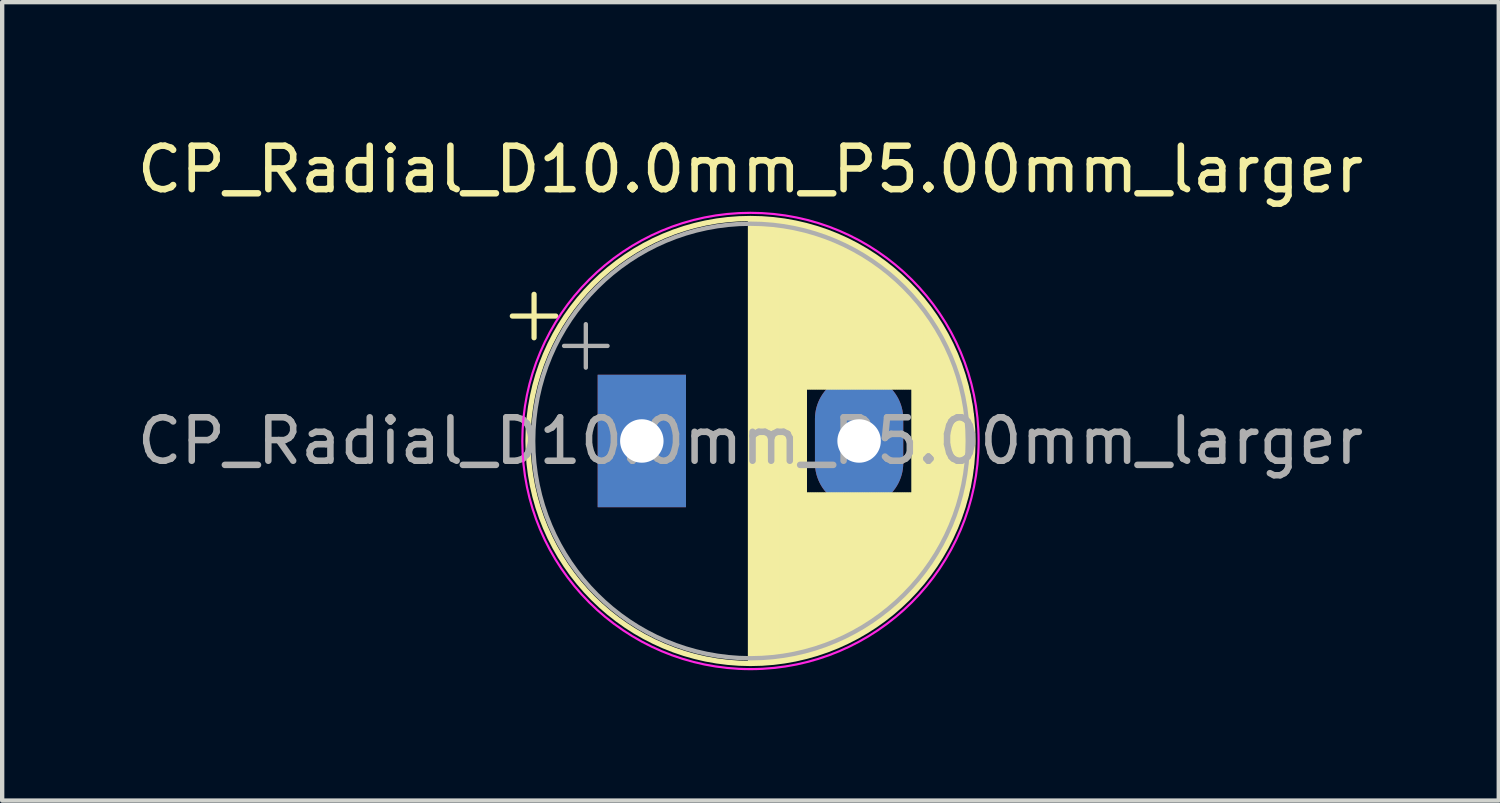
<source format=kicad_pcb>
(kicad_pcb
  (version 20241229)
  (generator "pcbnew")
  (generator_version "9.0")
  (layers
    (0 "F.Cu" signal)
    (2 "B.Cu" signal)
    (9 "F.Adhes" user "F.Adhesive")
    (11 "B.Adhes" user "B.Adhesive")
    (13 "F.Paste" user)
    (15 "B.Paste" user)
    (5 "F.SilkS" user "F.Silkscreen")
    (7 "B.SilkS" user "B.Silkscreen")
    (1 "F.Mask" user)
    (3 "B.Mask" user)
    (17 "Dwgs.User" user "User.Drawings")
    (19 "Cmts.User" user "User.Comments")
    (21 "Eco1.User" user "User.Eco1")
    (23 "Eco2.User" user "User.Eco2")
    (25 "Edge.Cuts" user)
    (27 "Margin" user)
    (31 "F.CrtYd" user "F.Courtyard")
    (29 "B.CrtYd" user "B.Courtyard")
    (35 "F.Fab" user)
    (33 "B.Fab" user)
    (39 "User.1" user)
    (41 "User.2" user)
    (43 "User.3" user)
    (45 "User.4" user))
  (footprint "CP_Radial_D10.0mm_P5.00mm_larger"
    (layer "F.Cu")
    (at 11.72 7.098)
    (property "Reference" "CP_Radial_D10.0mm_P5.00mm_larger" (at 2.5 -6.25 0) (layer "F.SilkS") (effects (font (size 1 1) (thickness 0.15))))
    (attr through_hole)
    (fp_line (start -2.98 -2.875) (end -1.98 -2.875) (stroke (width 0.12) (type solid)) (layer "F.SilkS"))
    (fp_line (start -2.48 -3.375) (end -2.48 -2.375) (stroke (width 0.12) (type solid)) (layer "F.SilkS"))
    (fp_line (start 2.5 -5.08) (end 2.5 5.08) (stroke (width 0.12) (type solid)) (layer "F.SilkS"))
    (fp_line (start 2.54 -5.08) (end 2.54 5.08) (stroke (width 0.12) (type solid)) (layer "F.SilkS"))
    (fp_line (start 2.58 -5.08) (end 2.58 5.08) (stroke (width 0.12) (type solid)) (layer "F.SilkS"))
    (fp_line (start 2.62 -5.079) (end 2.62 5.079) (stroke (width 0.12) (type solid)) (layer "F.SilkS"))
    (fp_line (start 2.66 -5.078) (end 2.66 5.078) (stroke (width 0.12) (type solid)) (layer "F.SilkS"))
    (fp_line (start 2.7 -5.077) (end 2.7 5.077) (stroke (width 0.12) (type solid)) (layer "F.SilkS"))
    (fp_line (start 2.74 -5.075) (end 2.74 5.075) (stroke (width 0.12) (type solid)) (layer "F.SilkS"))
    (fp_line (start 2.78 -5.073) (end 2.78 5.073) (stroke (width 0.12) (type solid)) (layer "F.SilkS"))
    (fp_line (start 2.82 -5.07) (end 2.82 5.07) (stroke (width 0.12) (type solid)) (layer "F.SilkS"))
    (fp_line (start 2.86 -5.068) (end 2.86 5.068) (stroke (width 0.12) (type solid)) (layer "F.SilkS"))
    (fp_line (start 2.9 -5.065) (end 2.9 5.065) (stroke (width 0.12) (type solid)) (layer "F.SilkS"))
    (fp_line (start 2.94 -5.062) (end 2.94 5.062) (stroke (width 0.12) (type solid)) (layer "F.SilkS"))
    (fp_line (start 2.98 -5.058) (end 2.98 5.058) (stroke (width 0.12) (type solid)) (layer "F.SilkS"))
    (fp_line (start 3.02 -5.054) (end 3.02 5.054) (stroke (width 0.12) (type solid)) (layer "F.SilkS"))
    (fp_line (start 3.06 -5.05) (end 3.06 5.05) (stroke (width 0.12) (type solid)) (layer "F.SilkS"))
    (fp_line (start 3.1 -5.045) (end 3.1 5.045) (stroke (width 0.12) (type solid)) (layer "F.SilkS"))
    (fp_line (start 3.14 -5.04) (end 3.14 5.04) (stroke (width 0.12) (type solid)) (layer "F.SilkS"))
    (fp_line (start 3.18 -5.035) (end 3.18 5.035) (stroke (width 0.12) (type solid)) (layer "F.SilkS"))
    (fp_line (start 3.221 -5.03) (end 3.221 5.03) (stroke (width 0.12) (type solid)) (layer "F.SilkS"))
    (fp_line (start 3.261 -5.024) (end 3.261 5.024) (stroke (width 0.12) (type solid)) (layer "F.SilkS"))
    (fp_line (start 3.301 -5.018) (end 3.301 5.018) (stroke (width 0.12) (type solid)) (layer "F.SilkS"))
    (fp_line (start 3.341 -5.011) (end 3.341 5.011) (stroke (width 0.12) (type solid)) (layer "F.SilkS"))
    (fp_line (start 3.381 -5.004) (end 3.381 5.004) (stroke (width 0.12) (type solid)) (layer "F.SilkS"))
    (fp_line (start 3.421 -4.997) (end 3.421 4.997) (stroke (width 0.12) (type solid)) (layer "F.SilkS"))
    (fp_line (start 3.461 -4.99) (end 3.461 4.99) (stroke (width 0.12) (type solid)) (layer "F.SilkS"))
    (fp_line (start 3.501 -4.982) (end 3.501 4.982) (stroke (width 0.12) (type solid)) (layer "F.SilkS"))
    (fp_line (start 3.541 -4.974) (end 3.541 4.974) (stroke (width 0.12) (type solid)) (layer "F.SilkS"))
    (fp_line (start 3.581 -4.965) (end 3.581 4.965) (stroke (width 0.12) (type solid)) (layer "F.SilkS"))
    (fp_line (start 3.621 -4.956) (end 3.621 4.956) (stroke (width 0.12) (type solid)) (layer "F.SilkS"))
    (fp_line (start 3.661 -4.947) (end 3.661 4.947) (stroke (width 0.12) (type solid)) (layer "F.SilkS"))
    (fp_line (start 3.701 -4.938) (end 3.701 4.938) (stroke (width 0.12) (type solid)) (layer "F.SilkS"))
    (fp_line (start 3.741 -4.928) (end 3.741 4.928) (stroke (width 0.12) (type solid)) (layer "F.SilkS"))
    (fp_line (start 3.781 -4.918) (end 3.781 -1.241) (stroke (width 0.12) (type solid)) (layer "F.SilkS"))
    (fp_line (start 3.781 1.241) (end 3.781 4.918) (stroke (width 0.12) (type solid)) (layer "F.SilkS"))
    (fp_line (start 3.821 -4.907) (end 3.821 -1.241) (stroke (width 0.12) (type solid)) (layer "F.SilkS"))
    (fp_line (start 3.821 1.241) (end 3.821 4.907) (stroke (width 0.12) (type solid)) (layer "F.SilkS"))
    (fp_line (start 3.861 -4.897) (end 3.861 -1.241) (stroke (width 0.12) (type solid)) (layer "F.SilkS"))
    (fp_line (start 3.861 1.241) (end 3.861 4.897) (stroke (width 0.12) (type solid)) (layer "F.SilkS"))
    (fp_line (start 3.901 -4.885) (end 3.901 -1.241) (stroke (width 0.12) (type solid)) (layer "F.SilkS"))
    (fp_line (start 3.901 1.241) (end 3.901 4.885) (stroke (width 0.12) (type solid)) (layer "F.SilkS"))
    (fp_line (start 3.941 -4.874) (end 3.941 -1.241) (stroke (width 0.12) (type solid)) (layer "F.SilkS"))
    (fp_line (start 3.941 1.241) (end 3.941 4.874) (stroke (width 0.12) (type solid)) (layer "F.SilkS"))
    (fp_line (start 3.981 -4.862) (end 3.981 -1.241) (stroke (width 0.12) (type solid)) (layer "F.SilkS"))
    (fp_line (start 3.981 1.241) (end 3.981 4.862) (stroke (width 0.12) (type solid)) (layer "F.SilkS"))
    (fp_line (start 4.021 -4.85) (end 4.021 -1.241) (stroke (width 0.12) (type solid)) (layer "F.SilkS"))
    (fp_line (start 4.021 1.241) (end 4.021 4.85) (stroke (width 0.12) (type solid)) (layer "F.SilkS"))
    (fp_line (start 4.061 -4.837) (end 4.061 -1.241) (stroke (width 0.12) (type solid)) (layer "F.SilkS"))
    (fp_line (start 4.061 1.241) (end 4.061 4.837) (stroke (width 0.12) (type solid)) (layer "F.SilkS"))
    (fp_line (start 4.101 -4.824) (end 4.101 -1.241) (stroke (width 0.12) (type solid)) (layer "F.SilkS"))
    (fp_line (start 4.101 1.241) (end 4.101 4.824) (stroke (width 0.12) (type solid)) (layer "F.SilkS"))
    (fp_line (start 4.141 -4.811) (end 4.141 -1.241) (stroke (width 0.12) (type solid)) (layer "F.SilkS"))
    (fp_line (start 4.141 1.241) (end 4.141 4.811) (stroke (width 0.12) (type solid)) (layer "F.SilkS"))
    (fp_line (start 4.181 -4.797) (end 4.181 -1.241) (stroke (width 0.12) (type solid)) (layer "F.SilkS"))
    (fp_line (start 4.181 1.241) (end 4.181 4.797) (stroke (width 0.12) (type solid)) (layer "F.SilkS"))
    (fp_line (start 4.221 -4.783) (end 4.221 -1.241) (stroke (width 0.12) (type solid)) (layer "F.SilkS"))
    (fp_line (start 4.221 1.241) (end 4.221 4.783) (stroke (width 0.12) (type solid)) (layer "F.SilkS"))
    (fp_line (start 4.261 -4.768) (end 4.261 -1.241) (stroke (width 0.12) (type solid)) (layer "F.SilkS"))
    (fp_line (start 4.261 1.241) (end 4.261 4.768) (stroke (width 0.12) (type solid)) (layer "F.SilkS"))
    (fp_line (start 4.301 -4.754) (end 4.301 -1.241) (stroke (width 0.12) (type solid)) (layer "F.SilkS"))
    (fp_line (start 4.301 1.241) (end 4.301 4.754) (stroke (width 0.12) (type solid)) (layer "F.SilkS"))
    (fp_line (start 4.341 -4.738) (end 4.341 -1.241) (stroke (width 0.12) (type solid)) (layer "F.SilkS"))
    (fp_line (start 4.341 1.241) (end 4.341 4.738) (stroke (width 0.12) (type solid)) (layer "F.SilkS"))
    (fp_line (start 4.381 -4.723) (end 4.381 -1.241) (stroke (width 0.12) (type solid)) (layer "F.SilkS"))
    (fp_line (start 4.381 1.241) (end 4.381 4.723) (stroke (width 0.12) (type solid)) (layer "F.SilkS"))
    (fp_line (start 4.421 -4.707) (end 4.421 -1.241) (stroke (width 0.12) (type solid)) (layer "F.SilkS"))
    (fp_line (start 4.421 1.241) (end 4.421 4.707) (stroke (width 0.12) (type solid)) (layer "F.SilkS"))
    (fp_line (start 4.461 -4.69) (end 4.461 -1.241) (stroke (width 0.12) (type solid)) (layer "F.SilkS"))
    (fp_line (start 4.461 1.241) (end 4.461 4.69) (stroke (width 0.12) (type solid)) (layer "F.SilkS"))
    (fp_line (start 4.501 -4.674) (end 4.501 -1.241) (stroke (width 0.12) (type solid)) (layer "F.SilkS"))
    (fp_line (start 4.501 1.241) (end 4.501 4.674) (stroke (width 0.12) (type solid)) (layer "F.SilkS"))
    (fp_line (start 4.541 -4.657) (end 4.541 -1.241) (stroke (width 0.12) (type solid)) (layer "F.SilkS"))
    (fp_line (start 4.541 1.241) (end 4.541 4.657) (stroke (width 0.12) (type solid)) (layer "F.SilkS"))
    (fp_line (start 4.581 -4.639) (end 4.581 -1.241) (stroke (width 0.12) (type solid)) (layer "F.SilkS"))
    (fp_line (start 4.581 1.241) (end 4.581 4.639) (stroke (width 0.12) (type solid)) (layer "F.SilkS"))
    (fp_line (start 4.621 -4.621) (end 4.621 -1.241) (stroke (width 0.12) (type solid)) (layer "F.SilkS"))
    (fp_line (start 4.621 1.241) (end 4.621 4.621) (stroke (width 0.12) (type solid)) (layer "F.SilkS"))
    (fp_line (start 4.661 -4.603) (end 4.661 -1.241) (stroke (width 0.12) (type solid)) (layer "F.SilkS"))
    (fp_line (start 4.661 1.241) (end 4.661 4.603) (stroke (width 0.12) (type solid)) (layer "F.SilkS"))
    (fp_line (start 4.701 -4.584) (end 4.701 -1.241) (stroke (width 0.12) (type solid)) (layer "F.SilkS"))
    (fp_line (start 4.701 1.241) (end 4.701 4.584) (stroke (width 0.12) (type solid)) (layer "F.SilkS"))
    (fp_line (start 4.741 -4.564) (end 4.741 -1.241) (stroke (width 0.12) (type solid)) (layer "F.SilkS"))
    (fp_line (start 4.741 1.241) (end 4.741 4.564) (stroke (width 0.12) (type solid)) (layer "F.SilkS"))
    (fp_line (start 4.781 -4.545) (end 4.781 -1.241) (stroke (width 0.12) (type solid)) (layer "F.SilkS"))
    (fp_line (start 4.781 1.241) (end 4.781 4.545) (stroke (width 0.12) (type solid)) (layer "F.SilkS"))
    (fp_line (start 4.821 -4.525) (end 4.821 -1.241) (stroke (width 0.12) (type solid)) (layer "F.SilkS"))
    (fp_line (start 4.821 1.241) (end 4.821 4.525) (stroke (width 0.12) (type solid)) (layer "F.SilkS"))
    (fp_line (start 4.861 -4.504) (end 4.861 -1.241) (stroke (width 0.12) (type solid)) (layer "F.SilkS"))
    (fp_line (start 4.861 1.241) (end 4.861 4.504) (stroke (width 0.12) (type solid)) (layer "F.SilkS"))
    (fp_line (start 4.901 -4.483) (end 4.901 -1.241) (stroke (width 0.12) (type solid)) (layer "F.SilkS"))
    (fp_line (start 4.901 1.241) (end 4.901 4.483) (stroke (width 0.12) (type solid)) (layer "F.SilkS"))
    (fp_line (start 4.941 -4.462) (end 4.941 -1.241) (stroke (width 0.12) (type solid)) (layer "F.SilkS"))
    (fp_line (start 4.941 1.241) (end 4.941 4.462) (stroke (width 0.12) (type solid)) (layer "F.SilkS"))
    (fp_line (start 4.981 -4.44) (end 4.981 -1.241) (stroke (width 0.12) (type solid)) (layer "F.SilkS"))
    (fp_line (start 4.981 1.241) (end 4.981 4.44) (stroke (width 0.12) (type solid)) (layer "F.SilkS"))
    (fp_line (start 5.021 -4.417) (end 5.021 -1.241) (stroke (width 0.12) (type solid)) (layer "F.SilkS"))
    (fp_line (start 5.021 1.241) (end 5.021 4.417) (stroke (width 0.12) (type solid)) (layer "F.SilkS"))
    (fp_line (start 5.061 -4.395) (end 5.061 -1.241) (stroke (width 0.12) (type solid)) (layer "F.SilkS"))
    (fp_line (start 5.061 1.241) (end 5.061 4.395) (stroke (width 0.12) (type solid)) (layer "F.SilkS"))
    (fp_line (start 5.101 -4.371) (end 5.101 -1.241) (stroke (width 0.12) (type solid)) (layer "F.SilkS"))
    (fp_line (start 5.101 1.241) (end 5.101 4.371) (stroke (width 0.12) (type solid)) (layer "F.SilkS"))
    (fp_line (start 5.141 -4.347) (end 5.141 -1.241) (stroke (width 0.12) (type solid)) (layer "F.SilkS"))
    (fp_line (start 5.141 1.241) (end 5.141 4.347) (stroke (width 0.12) (type solid)) (layer "F.SilkS"))
    (fp_line (start 5.181 -4.323) (end 5.181 -1.241) (stroke (width 0.12) (type solid)) (layer "F.SilkS"))
    (fp_line (start 5.181 1.241) (end 5.181 4.323) (stroke (width 0.12) (type solid)) (layer "F.SilkS"))
    (fp_line (start 5.221 -4.298) (end 5.221 -1.241) (stroke (width 0.12) (type solid)) (layer "F.SilkS"))
    (fp_line (start 5.221 1.241) (end 5.221 4.298) (stroke (width 0.12) (type solid)) (layer "F.SilkS"))
    (fp_line (start 5.261 -4.273) (end 5.261 -1.241) (stroke (width 0.12) (type solid)) (layer "F.SilkS"))
    (fp_line (start 5.261 1.241) (end 5.261 4.273) (stroke (width 0.12) (type solid)) (layer "F.SilkS"))
    (fp_line (start 5.301 -4.247) (end 5.301 -1.241) (stroke (width 0.12) (type solid)) (layer "F.SilkS"))
    (fp_line (start 5.301 1.241) (end 5.301 4.247) (stroke (width 0.12) (type solid)) (layer "F.SilkS"))
    (fp_line (start 5.341 -4.221) (end 5.341 -1.241) (stroke (width 0.12) (type solid)) (layer "F.SilkS"))
    (fp_line (start 5.341 1.241) (end 5.341 4.221) (stroke (width 0.12) (type solid)) (layer "F.SilkS"))
    (fp_line (start 5.381 -4.194) (end 5.381 -1.241) (stroke (width 0.12) (type solid)) (layer "F.SilkS"))
    (fp_line (start 5.381 1.241) (end 5.381 4.194) (stroke (width 0.12) (type solid)) (layer "F.SilkS"))
    (fp_line (start 5.421 -4.166) (end 5.421 -1.241) (stroke (width 0.12) (type solid)) (layer "F.SilkS"))
    (fp_line (start 5.421 1.241) (end 5.421 4.166) (stroke (width 0.12) (type solid)) (layer "F.SilkS"))
    (fp_line (start 5.461 -4.138) (end 5.461 -1.241) (stroke (width 0.12) (type solid)) (layer "F.SilkS"))
    (fp_line (start 5.461 1.241) (end 5.461 4.138) (stroke (width 0.12) (type solid)) (layer "F.SilkS"))
    (fp_line (start 5.501 -4.11) (end 5.501 -1.241) (stroke (width 0.12) (type solid)) (layer "F.SilkS"))
    (fp_line (start 5.501 1.241) (end 5.501 4.11) (stroke (width 0.12) (type solid)) (layer "F.SilkS"))
    (fp_line (start 5.541 -4.08) (end 5.541 -1.241) (stroke (width 0.12) (type solid)) (layer "F.SilkS"))
    (fp_line (start 5.541 1.241) (end 5.541 4.08) (stroke (width 0.12) (type solid)) (layer "F.SilkS"))
    (fp_line (start 5.581 -4.05) (end 5.581 -1.241) (stroke (width 0.12) (type solid)) (layer "F.SilkS"))
    (fp_line (start 5.581 1.241) (end 5.581 4.05) (stroke (width 0.12) (type solid)) (layer "F.SilkS"))
    (fp_line (start 5.621 -4.02) (end 5.621 -1.241) (stroke (width 0.12) (type solid)) (layer "F.SilkS"))
    (fp_line (start 5.621 1.241) (end 5.621 4.02) (stroke (width 0.12) (type solid)) (layer "F.SilkS"))
    (fp_line (start 5.661 -3.989) (end 5.661 -1.241) (stroke (width 0.12) (type solid)) (layer "F.SilkS"))
    (fp_line (start 5.661 1.241) (end 5.661 3.989) (stroke (width 0.12) (type solid)) (layer "F.SilkS"))
    (fp_line (start 5.701 -3.957) (end 5.701 -1.241) (stroke (width 0.12) (type solid)) (layer "F.SilkS"))
    (fp_line (start 5.701 1.241) (end 5.701 3.957) (stroke (width 0.12) (type solid)) (layer "F.SilkS"))
    (fp_line (start 5.741 -3.925) (end 5.741 -1.241) (stroke (width 0.12) (type solid)) (layer "F.SilkS"))
    (fp_line (start 5.741 1.241) (end 5.741 3.925) (stroke (width 0.12) (type solid)) (layer "F.SilkS"))
    (fp_line (start 5.781 -3.892) (end 5.781 -1.241) (stroke (width 0.12) (type solid)) (layer "F.SilkS"))
    (fp_line (start 5.781 1.241) (end 5.781 3.892) (stroke (width 0.12) (type solid)) (layer "F.SilkS"))
    (fp_line (start 5.821 -3.858) (end 5.821 -1.241) (stroke (width 0.12) (type solid)) (layer "F.SilkS"))
    (fp_line (start 5.821 1.241) (end 5.821 3.858) (stroke (width 0.12) (type solid)) (layer "F.SilkS"))
    (fp_line (start 5.861 -3.824) (end 5.861 -1.241) (stroke (width 0.12) (type solid)) (layer "F.SilkS"))
    (fp_line (start 5.861 1.241) (end 5.861 3.824) (stroke (width 0.12) (type solid)) (layer "F.SilkS"))
    (fp_line (start 5.901 -3.789) (end 5.901 -1.241) (stroke (width 0.12) (type solid)) (layer "F.SilkS"))
    (fp_line (start 5.901 1.241) (end 5.901 3.789) (stroke (width 0.12) (type solid)) (layer "F.SilkS"))
    (fp_line (start 5.941 -3.753) (end 5.941 -1.241) (stroke (width 0.12) (type solid)) (layer "F.SilkS"))
    (fp_line (start 5.941 1.241) (end 5.941 3.753) (stroke (width 0.12) (type solid)) (layer "F.SilkS"))
    (fp_line (start 5.981 -3.716) (end 5.981 -1.241) (stroke (width 0.12) (type solid)) (layer "F.SilkS"))
    (fp_line (start 5.981 1.241) (end 5.981 3.716) (stroke (width 0.12) (type solid)) (layer "F.SilkS"))
    (fp_line (start 6.021 -3.679) (end 6.021 -1.241) (stroke (width 0.12) (type solid)) (layer "F.SilkS"))
    (fp_line (start 6.021 1.241) (end 6.021 3.679) (stroke (width 0.12) (type solid)) (layer "F.SilkS"))
    (fp_line (start 6.061 -3.64) (end 6.061 -1.241) (stroke (width 0.12) (type solid)) (layer "F.SilkS"))
    (fp_line (start 6.061 1.241) (end 6.061 3.64) (stroke (width 0.12) (type solid)) (layer "F.SilkS"))
    (fp_line (start 6.101 -3.601) (end 6.101 -1.241) (stroke (width 0.12) (type solid)) (layer "F.SilkS"))
    (fp_line (start 6.101 1.241) (end 6.101 3.601) (stroke (width 0.12) (type solid)) (layer "F.SilkS"))
    (fp_line (start 6.141 -3.561) (end 6.141 -1.241) (stroke (width 0.12) (type solid)) (layer "F.SilkS"))
    (fp_line (start 6.141 1.241) (end 6.141 3.561) (stroke (width 0.12) (type solid)) (layer "F.SilkS"))
    (fp_line (start 6.181 -3.52) (end 6.181 -1.241) (stroke (width 0.12) (type solid)) (layer "F.SilkS"))
    (fp_line (start 6.181 1.241) (end 6.181 3.52) (stroke (width 0.12) (type solid)) (layer "F.SilkS"))
    (fp_line (start 6.221 -3.478) (end 6.221 -1.241) (stroke (width 0.12) (type solid)) (layer "F.SilkS"))
    (fp_line (start 6.221 1.241) (end 6.221 3.478) (stroke (width 0.12) (type solid)) (layer "F.SilkS"))
    (fp_line (start 6.261 -3.436) (end 6.261 3.436) (stroke (width 0.12) (type solid)) (layer "F.SilkS"))
    (fp_line (start 6.301 -3.392) (end 6.301 3.392) (stroke (width 0.12) (type solid)) (layer "F.SilkS"))
    (fp_line (start 6.341 -3.347) (end 6.341 3.347) (stroke (width 0.12) (type solid)) (layer "F.SilkS"))
    (fp_line (start 6.381 -3.301) (end 6.381 3.301) (stroke (width 0.12) (type solid)) (layer "F.SilkS"))
    (fp_line (start 6.421 -3.254) (end 6.421 3.254) (stroke (width 0.12) (type solid)) (layer "F.SilkS"))
    (fp_line (start 6.461 -3.206) (end 6.461 3.206) (stroke (width 0.12) (type solid)) (layer "F.SilkS"))
    (fp_line (start 6.501 -3.156) (end 6.501 3.156) (stroke (width 0.12) (type solid)) (layer "F.SilkS"))
    (fp_line (start 6.541 -3.106) (end 6.541 3.106) (stroke (width 0.12) (type solid)) (layer "F.SilkS"))
    (fp_line (start 6.581 -3.054) (end 6.581 3.054) (stroke (width 0.12) (type solid)) (layer "F.SilkS"))
    (fp_line (start 6.621 -3) (end 6.621 3) (stroke (width 0.12) (type solid)) (layer "F.SilkS"))
    (fp_line (start 6.661 -2.945) (end 6.661 2.945) (stroke (width 0.12) (type solid)) (layer "F.SilkS"))
    (fp_line (start 6.701 -2.889) (end 6.701 2.889) (stroke (width 0.12) (type solid)) (layer "F.SilkS"))
    (fp_line (start 6.741 -2.83) (end 6.741 2.83) (stroke (width 0.12) (type solid)) (layer "F.SilkS"))
    (fp_line (start 6.781 -2.77) (end 6.781 2.77) (stroke (width 0.12) (type solid)) (layer "F.SilkS"))
    (fp_line (start 6.821 -2.709) (end 6.821 2.709) (stroke (width 0.12) (type solid)) (layer "F.SilkS"))
    (fp_line (start 6.861 -2.645) (end 6.861 2.645) (stroke (width 0.12) (type solid)) (layer "F.SilkS"))
    (fp_line (start 6.901 -2.579) (end 6.901 2.579) (stroke (width 0.12) (type solid)) (layer "F.SilkS"))
    (fp_line (start 6.941 -2.51) (end 6.941 2.51) (stroke (width 0.12) (type solid)) (layer "F.SilkS"))
    (fp_line (start 6.981 -2.439) (end 6.981 2.439) (stroke (width 0.12) (type solid)) (layer "F.SilkS"))
    (fp_line (start 7.021 -2.365) (end 7.021 2.365) (stroke (width 0.12) (type solid)) (layer "F.SilkS"))
    (fp_line (start 7.061 -2.289) (end 7.061 2.289) (stroke (width 0.12) (type solid)) (layer "F.SilkS"))
    (fp_line (start 7.101 -2.209) (end 7.101 2.209) (stroke (width 0.12) (type solid)) (layer "F.SilkS"))
    (fp_line (start 7.141 -2.125) (end 7.141 2.125) (stroke (width 0.12) (type solid)) (layer "F.SilkS"))
    (fp_line (start 7.181 -2.037) (end 7.181 2.037) (stroke (width 0.12) (type solid)) (layer "F.SilkS"))
    (fp_line (start 7.221 -1.944) (end 7.221 1.944) (stroke (width 0.12) (type solid)) (layer "F.SilkS"))
    (fp_line (start 7.261 -1.846) (end 7.261 1.846) (stroke (width 0.12) (type solid)) (layer "F.SilkS"))
    (fp_line (start 7.301 -1.742) (end 7.301 1.742) (stroke (width 0.12) (type solid)) (layer "F.SilkS"))
    (fp_line (start 7.341 -1.63) (end 7.341 1.63) (stroke (width 0.12) (type solid)) (layer "F.SilkS"))
    (fp_line (start 7.381 -1.51) (end 7.381 1.51) (stroke (width 0.12) (type solid)) (layer "F.SilkS"))
    (fp_line (start 7.421 -1.378) (end 7.421 1.378) (stroke (width 0.12) (type solid)) (layer "F.SilkS"))
    (fp_line (start 7.461 -1.23) (end 7.461 1.23) (stroke (width 0.12) (type solid)) (layer "F.SilkS"))
    (fp_line (start 7.501 -1.062) (end 7.501 1.062) (stroke (width 0.12) (type solid)) (layer "F.SilkS"))
    (fp_line (start 7.541 -0.862) (end 7.541 0.862) (stroke (width 0.12) (type solid)) (layer "F.SilkS"))
    (fp_line (start 7.581 -0.599) (end 7.581 0.599) (stroke (width 0.12) (type solid)) (layer "F.SilkS"))
    (fp_circle (center 2.5 0) (end 7.62 0) (stroke (width 0.12) (type solid)) (fill no) (layer "F.SilkS"))
    (fp_circle (center 2.5 0) (end 7.75 0) (stroke (width 0.05) (type solid)) (fill no) (layer "F.CrtYd"))
    (fp_line (start -1.789 -2.188) (end -0.789 -2.188) (stroke (width 0.1) (type solid)) (layer "F.Fab"))
    (fp_line (start -1.289 -2.688) (end -1.289 -1.688) (stroke (width 0.1) (type solid)) (layer "F.Fab"))
    (fp_circle (center 2.5 0) (end 7.5 0) (stroke (width 0.1) (type solid)) (fill no) (layer "F.Fab"))
    (fp_text user "${REFERENCE}" (at 2.5 0 0) (layer "F.Fab") (effects (font (size 1 1) (thickness 0.15))))
    (pad "1" thru_hole rect (at 0 0) (size 2.032 3.048) (drill 1) (layers "*.Cu" "*.Mask"))
    (pad "2" thru_hole oval (at 5 0) (size 2.032 3.048) (drill 1) (layers "*.Cu" "*.Mask")))
  (gr_rect
    (start -3 -3)
    (end 31.44 15.373)
    (stroke (width 0.1) (type default))
    (fill no)
    (layer "Edge.Cuts")))
</source>
